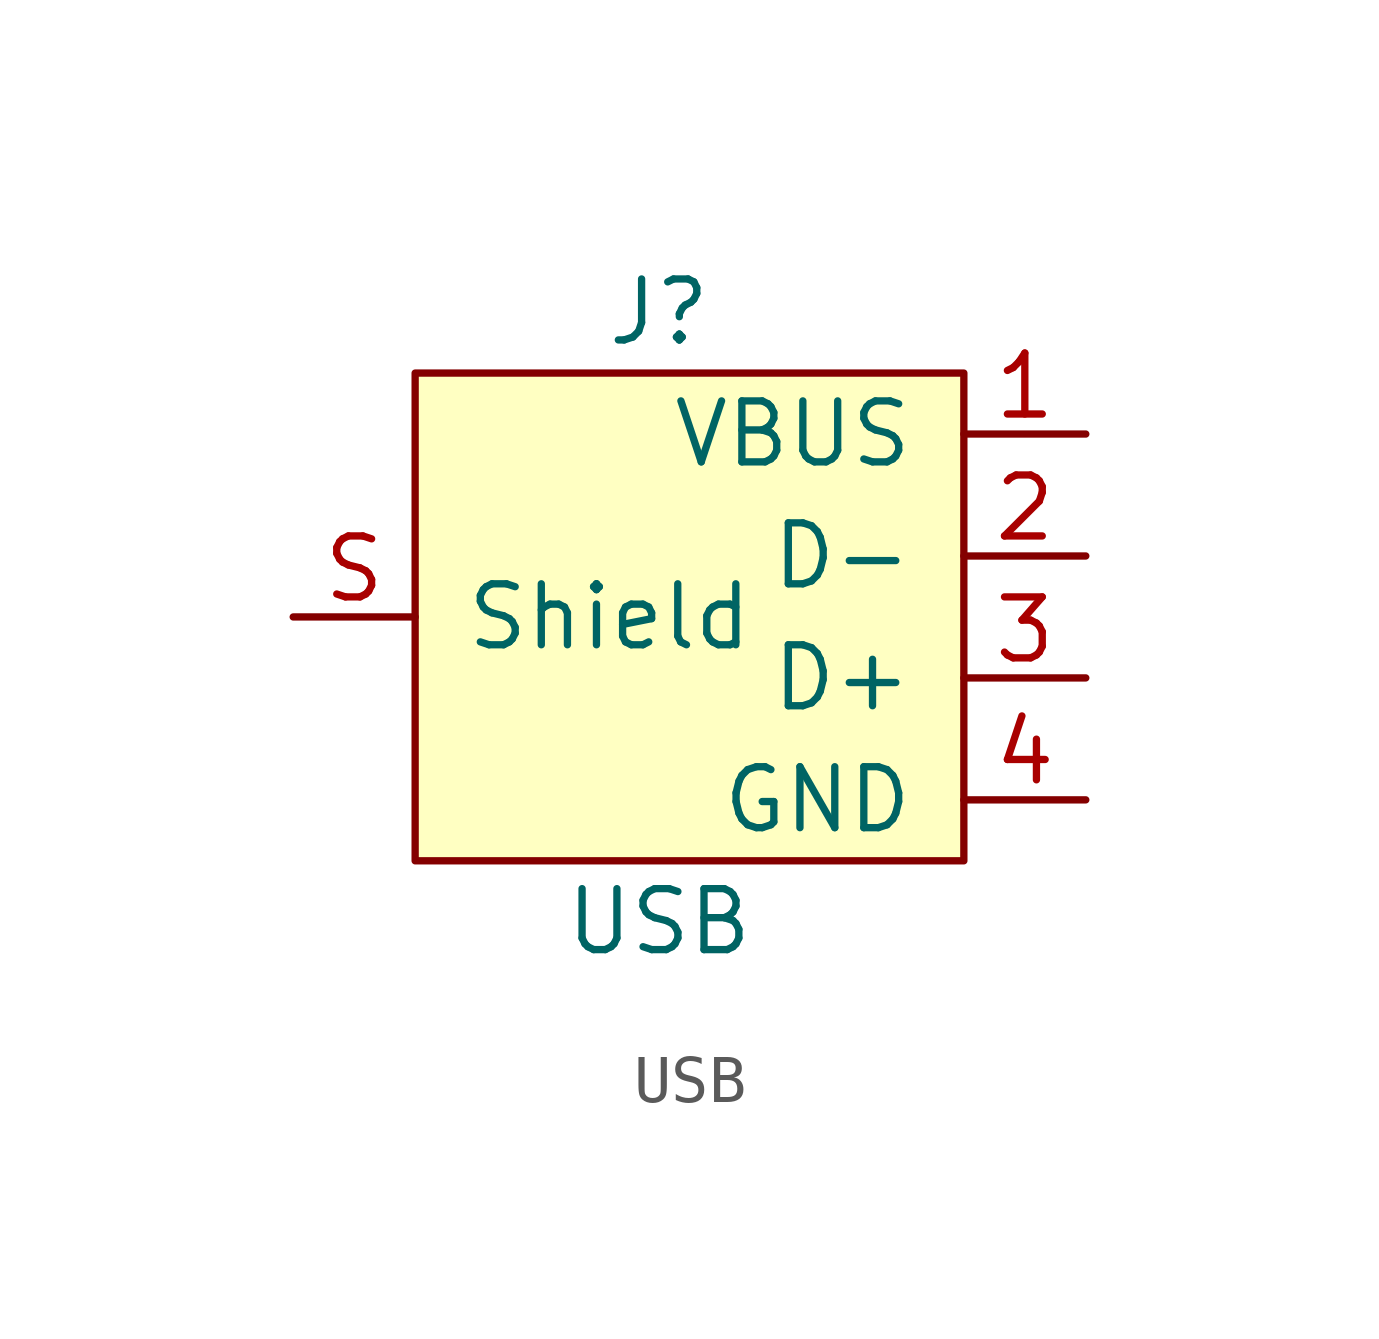
<source format=kicad_sym>
(kicad_symbol_lib
  (version 20211014)
  (generator kicad_symbol_editor)
  (symbol "USB"
    (pin_names
      (offset 1.016))
    (property "Reference" "J"
      (at 0 6.35 0)
      (effects (font (size 1.27 1.27))))
    (property "Value" "USB"
      (at 0 -6.35 0)
      (effects (font (size 1.27 1.27))))
    (symbol "USB_0_1"
      (rectangle (start -5.08 5.08) (end 6.35 -5.08) (stroke (width 0) (type default) (color 0 0 0 0)) (fill (type background))))
    (symbol "USB_1_1"
      (pin input line (at 8.89 3.81 180) (length 2.54) (name "VBUS" (effects (font (size 1.27 1.27)))) (number "1" (effects (font (size 1.27 1.27)))))
      (pin input line (at 8.89 1.27 180) (length 2.54) (name "D-" (effects (font (size 1.27 1.27)))) (number "2" (effects (font (size 1.27 1.27)))))
      (pin input line (at 8.89 -1.27 180) (length 2.54) (name "D+" (effects (font (size 1.27 1.27)))) (number "3" (effects (font (size 1.27 1.27)))))
      (pin input line (at 8.89 -3.81 180) (length 2.54) (name "GND" (effects (font (size 1.27 1.27)))) (number "4" (effects (font (size 1.27 1.27)))))
      (pin input line (at -7.62 0 0) (length 2.54) (name "Shield" (effects (font (size 1.27 1.27)))) (number "S" (effects (font (size 1.27 1.27))))))))
</source>
